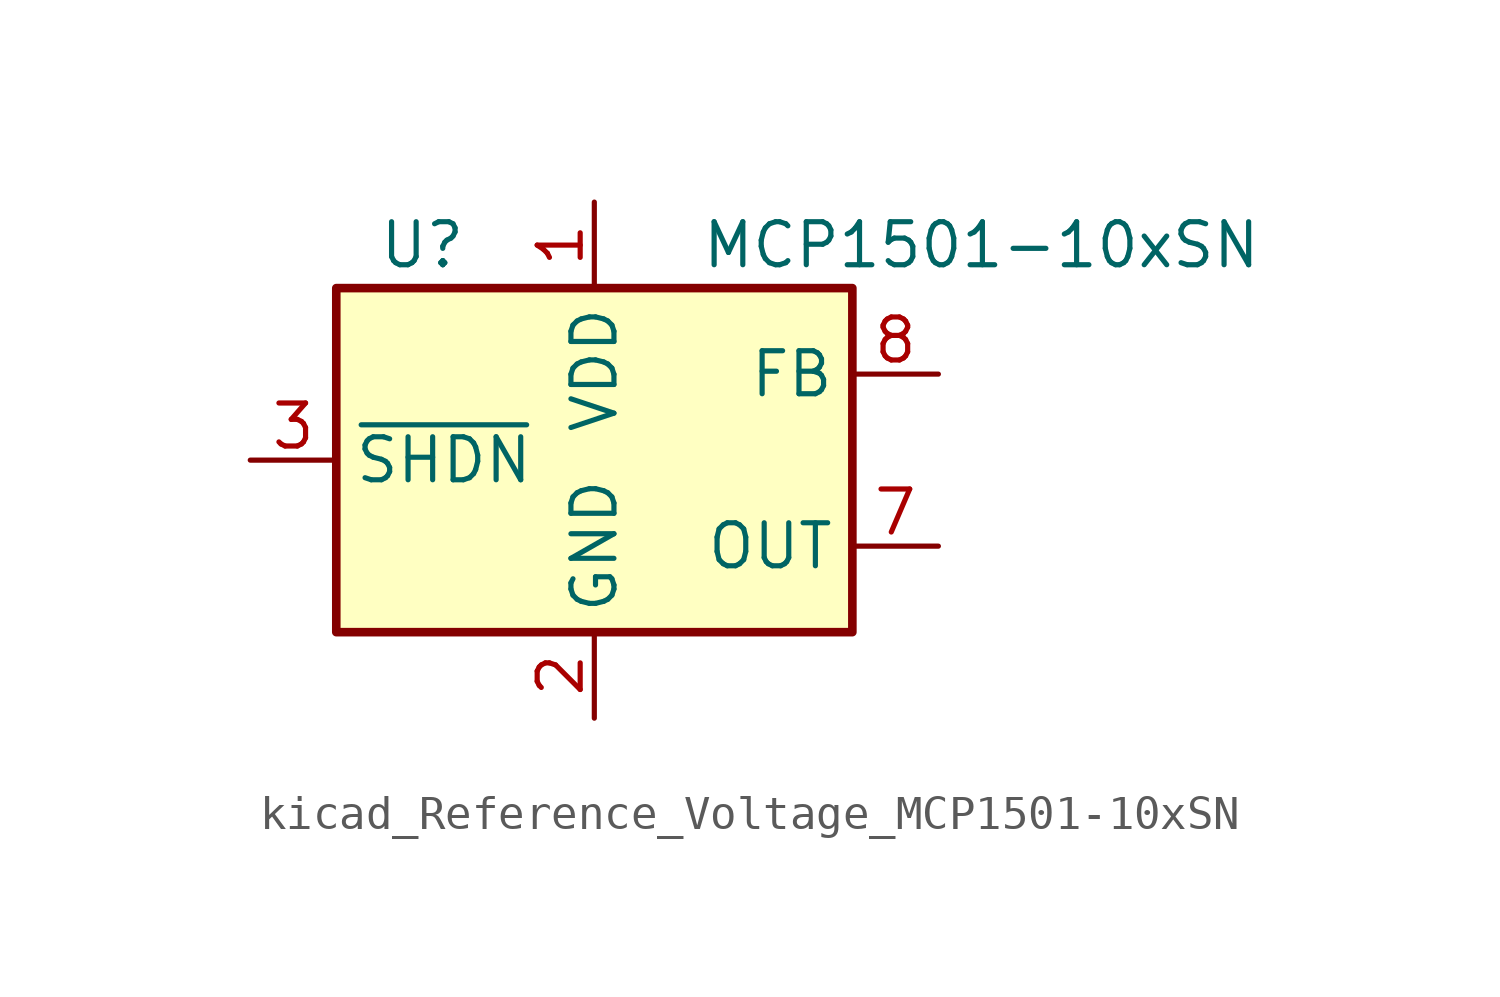
<source format=kicad_sym>
(kicad_symbol_lib
  (version 20220914)
  (generator kicad_symbol_editor)
  (symbol "kicad_Reference_Voltage_MCP1501-10xSN"
    (property "Reference" "U"
      (at -5.08 6.35 0)
      (effects (font (size 1.27 1.27))))
    (property "Value" "MCP1501-10xSN"
      (at 11.43 6.35 0)
      (effects (font (size 1.27 1.27))))
    (symbol "kicad_Reference_Voltage_MCP1501-10xSN_0_0"
      (pin power_in line (at 0 7.62 270) (length 2.54) (name "VDD" (effects (font (size 1.27 1.27)))) (number "1" (effects (font (size 1.27 1.27)))))
      (pin power_in line (at 0 -7.62 90) (length 2.54) (name "GND" (effects (font (size 1.27 1.27)))) (number "2" (effects (font (size 1.27 1.27)))))
      (pin input line (at -10.16 0 0) (length 2.54) (name "~{SHDN}" (effects (font (size 1.27 1.27)))) (number "3" (effects (font (size 1.27 1.27)))))
      (pin passive line (at 0 -7.62 90) (length 2.54) hide (name "GND" (effects (font (size 1.27 1.27)))) (number "4" (effects (font (size 1.27 1.27)))))
      (pin passive line (at 0 -7.62 90) (length 2.54) hide (name "GND" (effects (font (size 1.27 1.27)))) (number "5" (effects (font (size 1.27 1.27)))))
      (pin passive line (at 0 -7.62 90) (length 2.54) hide (name "GND" (effects (font (size 1.27 1.27)))) (number "6" (effects (font (size 1.27 1.27)))))
      (pin power_out line (at 10.16 -2.54 180) (length 2.54) (name "OUT" (effects (font (size 1.27 1.27)))) (number "7" (effects (font (size 1.27 1.27)))))
      (pin input line (at 10.16 2.54 180) (length 2.54) (name "FB" (effects (font (size 1.27 1.27)))) (number "8" (effects (font (size 1.27 1.27))))))
    (symbol "kicad_Reference_Voltage_MCP1501-10xSN_0_1"
      (rectangle (start -7.62 5.08) (end 7.62 -5.08) (stroke (width 0.254) (type default)) (fill (type background))))))
</source>
